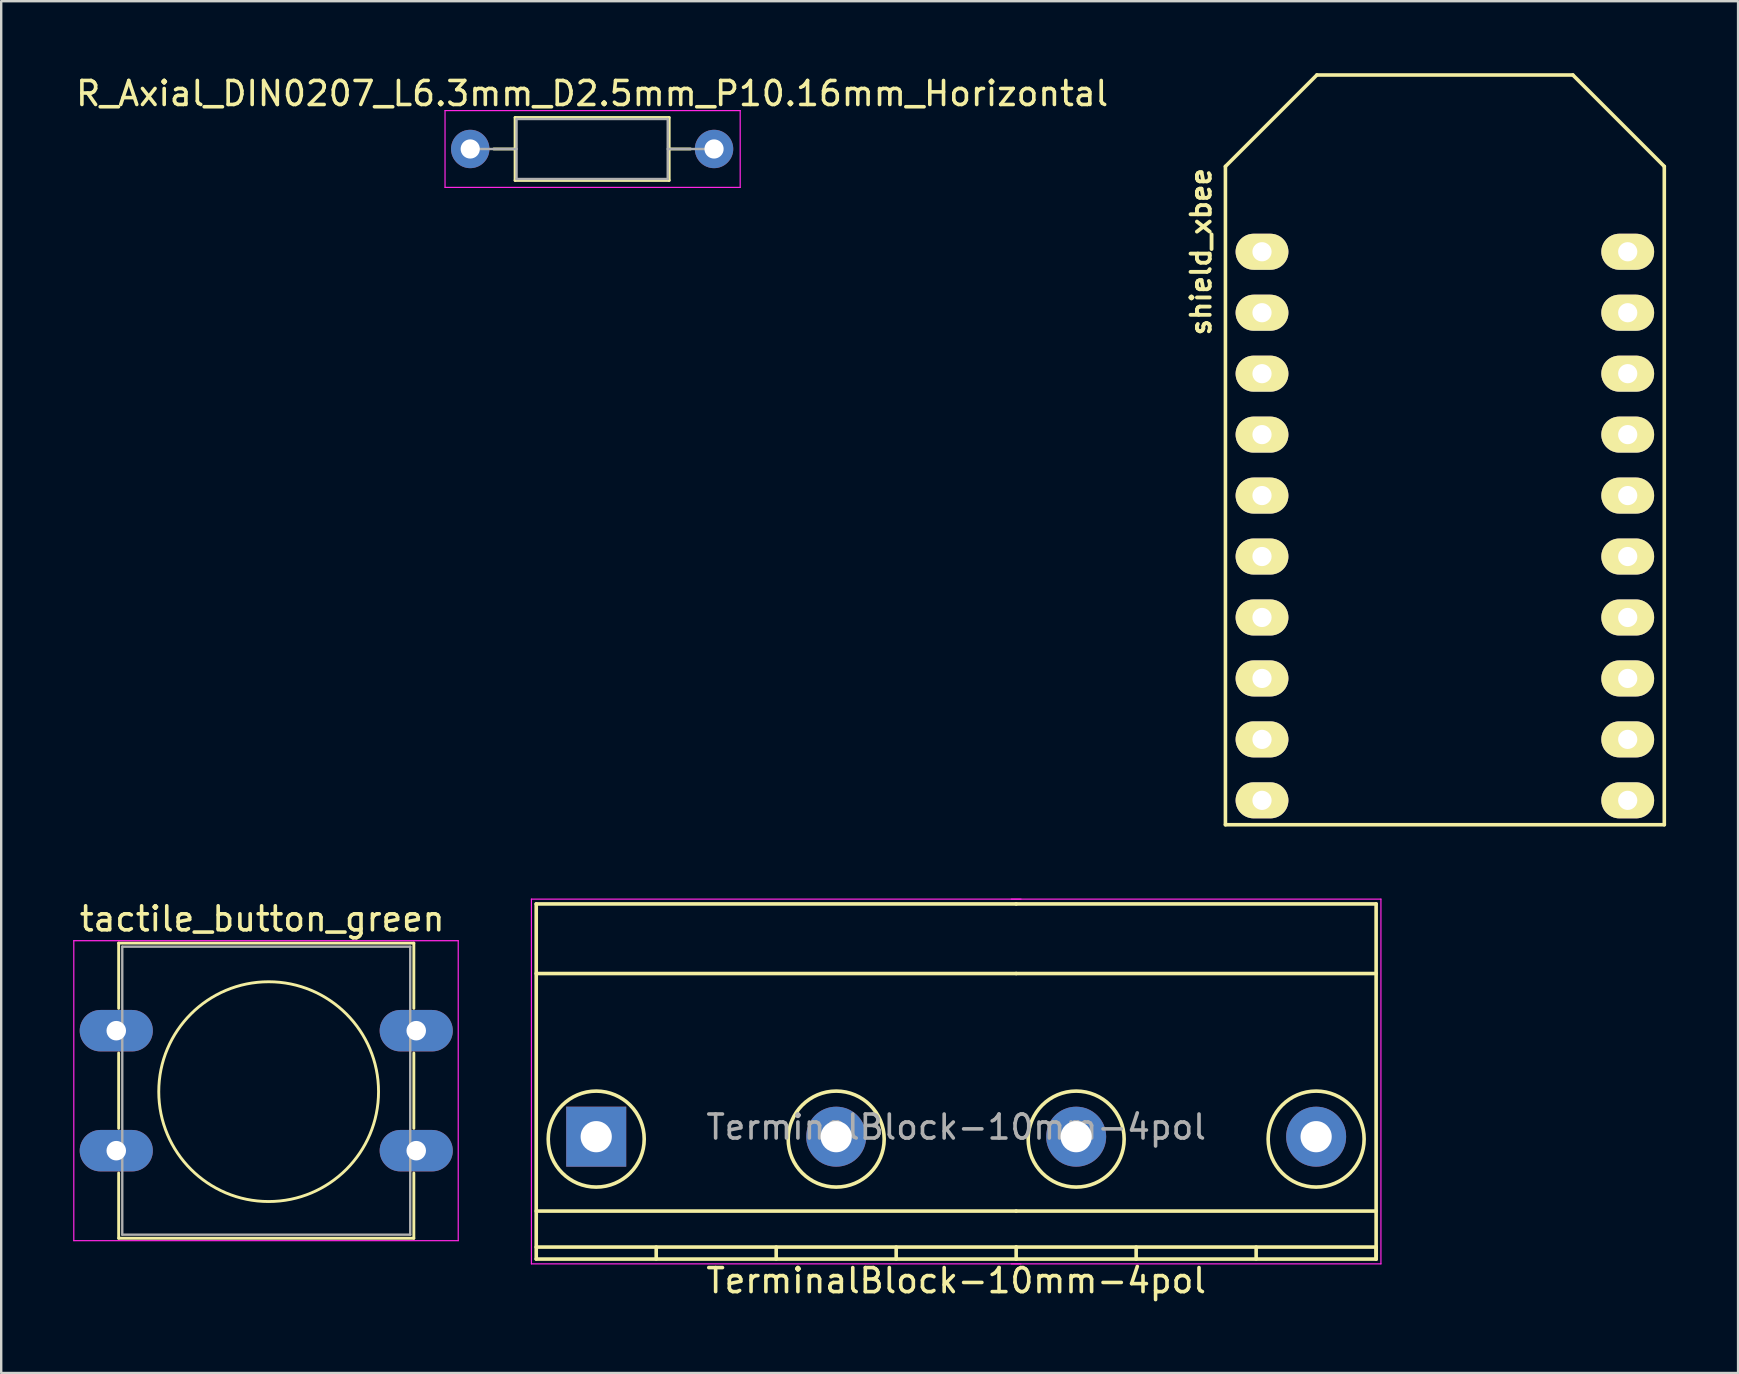
<source format=kicad_pcb>
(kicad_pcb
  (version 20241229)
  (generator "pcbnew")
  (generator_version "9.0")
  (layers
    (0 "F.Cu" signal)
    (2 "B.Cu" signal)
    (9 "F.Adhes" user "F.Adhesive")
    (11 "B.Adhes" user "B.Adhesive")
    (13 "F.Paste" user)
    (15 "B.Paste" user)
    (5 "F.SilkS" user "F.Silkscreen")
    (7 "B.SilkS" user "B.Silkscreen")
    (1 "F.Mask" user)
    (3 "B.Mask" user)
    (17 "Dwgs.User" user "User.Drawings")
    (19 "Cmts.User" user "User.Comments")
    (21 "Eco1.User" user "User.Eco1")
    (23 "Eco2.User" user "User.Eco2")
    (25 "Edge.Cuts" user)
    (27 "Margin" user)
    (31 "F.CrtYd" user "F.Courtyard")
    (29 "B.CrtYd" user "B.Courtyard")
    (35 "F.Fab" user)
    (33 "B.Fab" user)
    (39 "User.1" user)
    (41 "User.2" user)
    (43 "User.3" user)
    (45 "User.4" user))
  (footprint "R_Axial_DIN0207_L6.3mm_D2.5mm_P10.16mm_Horizontal"
    (layer "F.Cu")
    (at 16.545 3.158)
    (property "Reference" "R_Axial_DIN0207_L6.3mm_D2.5mm_P10.16mm_Horizontal" (at 5.08 -2.31 0) (layer "F.SilkS") (effects (font (size 1 1) (thickness 0.15))))
    (attr through_hole)
    (fp_line (start 0.98 0) (end 1.87 0) (stroke (width 0.12) (type solid)) (layer "F.SilkS"))
    (fp_line (start 1.87 -1.31) (end 1.87 1.31) (stroke (width 0.12) (type solid)) (layer "F.SilkS"))
    (fp_line (start 1.87 1.31) (end 8.29 1.31) (stroke (width 0.12) (type solid)) (layer "F.SilkS"))
    (fp_line (start 8.29 -1.31) (end 1.87 -1.31) (stroke (width 0.12) (type solid)) (layer "F.SilkS"))
    (fp_line (start 8.29 1.31) (end 8.29 -1.31) (stroke (width 0.12) (type solid)) (layer "F.SilkS"))
    (fp_line (start 9.18 0) (end 8.29 0) (stroke (width 0.12) (type solid)) (layer "F.SilkS"))
    (fp_line (start -1.05 -1.6) (end -1.05 1.6) (stroke (width 0.05) (type solid)) (layer "F.CrtYd"))
    (fp_line (start -1.05 1.6) (end 11.25 1.6) (stroke (width 0.05) (type solid)) (layer "F.CrtYd"))
    (fp_line (start 11.25 -1.6) (end -1.05 -1.6) (stroke (width 0.05) (type solid)) (layer "F.CrtYd"))
    (fp_line (start 11.25 1.6) (end 11.25 -1.6) (stroke (width 0.05) (type solid)) (layer "F.CrtYd"))
    (fp_line (start 0 0) (end 1.93 0) (stroke (width 0.1) (type solid)) (layer "F.Fab"))
    (fp_line (start 1.93 -1.25) (end 1.93 1.25) (stroke (width 0.1) (type solid)) (layer "F.Fab"))
    (fp_line (start 1.93 1.25) (end 8.23 1.25) (stroke (width 0.1) (type solid)) (layer "F.Fab"))
    (fp_line (start 8.23 -1.25) (end 1.93 -1.25) (stroke (width 0.1) (type solid)) (layer "F.Fab"))
    (fp_line (start 8.23 1.25) (end 8.23 -1.25) (stroke (width 0.1) (type solid)) (layer "F.Fab"))
    (fp_line (start 10.16 0) (end 8.23 0) (stroke (width 0.1) (type solid)) (layer "F.Fab"))
    (pad "1" thru_hole circle (at 0 0) (size 1.6 1.6) (drill 0.8) (layers "*.Cu" "*.Mask"))
    (pad "2" thru_hole oval (at 10.16 0) (size 1.6 1.6) (drill 0.8) (layers "*.Cu" "*.Mask")))
  (footprint "tactile_button_green"
    (layer "F.Cu")
    (at 1.795 39.9)
    (property "Reference" "tactile_button_green" (at 6.08 -4.66 0) (layer "F.SilkS") (effects (font (size 1 1) (thickness 0.15))))
    (attr through_hole)
    (fp_line (start 0.1 -3.65) (end 12.4 -3.65) (stroke (width 0.12) (type solid)) (layer "F.SilkS"))
    (fp_line (start 0.1 -0.93) (end 0.1 -3.65) (stroke (width 0.12) (type solid)) (layer "F.SilkS"))
    (fp_line (start 0.1 4.07) (end 0.1 0.93) (stroke (width 0.12) (type solid)) (layer "F.SilkS"))
    (fp_line (start 0.1 8.65) (end 0.1 5.93) (stroke (width 0.12) (type solid)) (layer "F.SilkS"))
    (fp_line (start 12.4 -3.65) (end 12.4 -0.93) (stroke (width 0.12) (type solid)) (layer "F.SilkS"))
    (fp_line (start 12.4 0.93) (end 12.4 4.07) (stroke (width 0.12) (type solid)) (layer "F.SilkS"))
    (fp_line (start 12.4 5.93) (end 12.4 8.65) (stroke (width 0.12) (type solid)) (layer "F.SilkS"))
    (fp_line (start 12.4 8.65) (end 0.1 8.65) (stroke (width 0.12) (type solid)) (layer "F.SilkS"))
    (fp_circle (center 6.35 2.54) (end 10.16 5.08) (stroke (width 0.12) (type solid)) (fill no) (layer "F.SilkS"))
    (fp_line (start -1.77 -3.75) (end -1.77 8.75) (stroke (width 0.05) (type solid)) (layer "F.CrtYd"))
    (fp_line (start -1.77 -3.75) (end 14.25 -3.75) (stroke (width 0.05) (type solid)) (layer "F.CrtYd"))
    (fp_line (start 14.25 8.75) (end -1.77 8.75) (stroke (width 0.05) (type solid)) (layer "F.CrtYd"))
    (fp_line (start 14.25 8.75) (end 14.25 -3.75) (stroke (width 0.05) (type solid)) (layer "F.CrtYd"))
    (fp_line (start 0.25 -3.5) (end 0.25 8.5) (stroke (width 0.1) (type solid)) (layer "F.Fab"))
    (fp_line (start 0.25 -3.5) (end 12.25 -3.5) (stroke (width 0.1) (type solid)) (layer "F.Fab"))
    (fp_line (start 0.25 8.5) (end 12.25 8.5) (stroke (width 0.1) (type solid)) (layer "F.Fab"))
    (fp_line (start 12.25 -3.5) (end 12.25 8.5) (stroke (width 0.1) (type solid)) (layer "F.Fab"))
    (pad "1" thru_hole oval (at 0 0) (size 3.048 1.727) (drill 0.813) (layers "*.Cu" "*.Mask"))
    (pad "1" thru_hole oval (at 12.5 0) (size 3.048 1.727) (drill 0.813) (layers "*.Cu" "*.Mask"))
    (pad "2" thru_hole oval (at 0 5) (size 3.048 1.727) (drill 0.813) (layers "*.Cu" "*.Mask"))
    (pad "2" thru_hole oval (at 12.5 5) (size 3.048 1.727) (drill 0.813) (layers "*.Cu" "*.Mask")))
  (footprint "TerminalBlock-10mm-4pol"
    (layer "F.Cu")
    (at 21.095 39.417)
    (property "Reference" "TerminalBlock-10mm-4pol" (at 15.7 10.9 0) (layer "F.SilkS") (effects (font (size 1 1) (thickness 0.15))))
    (attr through_hole)
    (fp_line (start -1.8 -4.8) (end -1.8 10) (stroke (width 0.15) (type solid)) (layer "F.SilkS"))
    (fp_line (start -1.8 -1.9) (end 18.2 -1.9) (stroke (width 0.15) (type solid)) (layer "F.SilkS"))
    (fp_line (start -1.8 8) (end 18.2 8) (stroke (width 0.15) (type solid)) (layer "F.SilkS"))
    (fp_line (start -1.8 9.5) (end 18.2 9.5) (stroke (width 0.15) (type solid)) (layer "F.SilkS"))
    (fp_line (start -1.8 10) (end 18.2 10) (stroke (width 0.15) (type solid)) (layer "F.SilkS"))
    (fp_line (start 3.2 9.5) (end 3.2 10) (stroke (width 0.15) (type solid)) (layer "F.SilkS"))
    (fp_line (start 8.2 9.5) (end 8.2 10) (stroke (width 0.15) (type solid)) (layer "F.SilkS"))
    (fp_line (start 13.2 9.5) (end 13.2 10) (stroke (width 0.15) (type solid)) (layer "F.SilkS"))
    (fp_line (start 18.2 -4.8) (end -1.8 -4.8) (stroke (width 0.15) (type solid)) (layer "F.SilkS"))
    (fp_line (start 18.2 -1.9) (end 33.2 -1.9) (stroke (width 0.15) (type solid)) (layer "F.SilkS"))
    (fp_line (start 18.2 8) (end 33.2 8) (stroke (width 0.15) (type solid)) (layer "F.SilkS"))
    (fp_line (start 18.2 9.5) (end 18.2 10) (stroke (width 0.15) (type solid)) (layer "F.SilkS"))
    (fp_line (start 18.2 9.5) (end 33.2 9.5) (stroke (width 0.15) (type solid)) (layer "F.SilkS"))
    (fp_line (start 18.2 10) (end 33.2 10) (stroke (width 0.15) (type solid)) (layer "F.SilkS"))
    (fp_line (start 23.2 9.5) (end 23.2 10) (stroke (width 0.15) (type solid)) (layer "F.SilkS"))
    (fp_line (start 28.2 9.5) (end 28.2 10) (stroke (width 0.15) (type solid)) (layer "F.SilkS"))
    (fp_line (start 33.2 -4.8) (end 18.2 -4.8) (stroke (width 0.15) (type solid)) (layer "F.SilkS"))
    (fp_line (start 33.2 9.5) (end 33.2 10) (stroke (width 0.15) (type solid)) (layer "F.SilkS"))
    (fp_line (start 33.2 10) (end 33.2 -4.8) (stroke (width 0.15) (type solid)) (layer "F.SilkS"))
    (fp_circle (center 0.7 5) (end 2.7 5) (stroke (width 0.15) (type solid)) (fill no) (layer "F.SilkS"))
    (fp_circle (center 10.7 5) (end 8.7 5) (stroke (width 0.15) (type solid)) (fill no) (layer "F.SilkS"))
    (fp_circle (center 20.7 5) (end 18.7 5) (stroke (width 0.15) (type solid)) (fill no) (layer "F.SilkS"))
    (fp_circle (center 30.7 5) (end 28.7 5) (stroke (width 0.15) (type solid)) (fill no) (layer "F.SilkS"))
    (fp_line (start -2 -5) (end 18.4 -5) (stroke (width 0.05) (type solid)) (layer "F.CrtYd"))
    (fp_line (start -2 10.2) (end -2 -5) (stroke (width 0.05) (type solid)) (layer "F.CrtYd"))
    (fp_line (start 18 -5) (end 33.4 -5) (stroke (width 0.05) (type solid)) (layer "F.CrtYd"))
    (fp_line (start 18.4 10.2) (end -2 10.2) (stroke (width 0.05) (type solid)) (layer "F.CrtYd"))
    (fp_line (start 33.4 -5) (end 33.4 10.2) (stroke (width 0.05) (type solid)) (layer "F.CrtYd"))
    (fp_line (start 33.4 10.2) (end 18 10.2) (stroke (width 0.05) (type solid)) (layer "F.CrtYd"))
    (fp_text user "${REFERENCE}" (at 15.7 4.5 0) (layer "F.Fab") (effects (font (size 1 1) (thickness 0.15))))
    (pad "1" thru_hole rect (at 0.7 4.9) (size 2.5 2.5) (drill 1.3) (layers "*.Cu" "*.Mask"))
    (pad "2" thru_hole circle (at 10.7 4.9) (size 2.5 2.5) (drill 1.3) (layers "*.Cu" "*.Mask"))
    (pad "3" thru_hole circle (at 20.7 4.9) (size 2.5 2.5) (drill 1.3) (layers "*.Cu" "*.Mask"))
    (pad "4" thru_hole circle (at 30.7 4.9) (size 2.5 2.5) (drill 1.3) (layers "*.Cu" "*.Mask")))
  (footprint "shield_xbee"
    (layer "F.Cu")
    (at 57.667 17.347)
    (property "Reference" "shield_xbee" (at -10.668 -9.906 270) (layer "F.SilkS") (effects (font (size 0.8 0.8) (thickness 0.16))))
    (attr through_hole)
    (fp_line (start -9.652 -13.462) (end -5.842 -17.272) (stroke (width 0.15) (type solid)) (layer "F.SilkS"))
    (fp_line (start -9.652 13.97) (end -9.652 -13.462) (stroke (width 0.15) (type solid)) (layer "F.SilkS"))
    (fp_line (start -9.652 13.97) (end 8.636 13.97) (stroke (width 0.15) (type solid)) (layer "F.SilkS"))
    (fp_line (start 4.826 -17.272) (end -5.842 -17.272) (stroke (width 0.15) (type solid)) (layer "F.SilkS"))
    (fp_line (start 8.636 -13.462) (end 4.826 -17.272) (stroke (width 0.15) (type solid)) (layer "F.SilkS"))
    (fp_line (start 8.636 -13.462) (end 8.636 13.97) (stroke (width 0.15) (type solid)) (layer "F.SilkS"))
    (pad "1" thru_hole oval (at -8.128 -9.906 270) (size 1.501 2.2) (drill 0.8) (layers "*.Cu" "*.Mask" "F.SilkS"))
    (pad "2" thru_hole oval (at -8.128 -7.366 270) (size 1.501 2.2) (drill 0.8) (layers "*.Cu" "*.Mask" "F.SilkS"))
    (pad "3" thru_hole oval (at -8.128 -4.826 270) (size 1.501 2.2) (drill 0.8) (layers "*.Cu" "*.Mask" "F.SilkS"))
    (pad "4" thru_hole oval (at -8.128 -2.286 270) (size 1.501 2.2) (drill 0.8) (layers "*.Cu" "*.Mask" "F.SilkS"))
    (pad "5" thru_hole oval (at -8.128 0.254 270) (size 1.501 2.2) (drill 0.8) (layers "*.Cu" "*.Mask" "F.SilkS"))
    (pad "6" thru_hole oval (at -8.128 2.794 270) (size 1.501 2.2) (drill 0.8) (layers "*.Cu" "*.Mask" "F.SilkS"))
    (pad "7" thru_hole oval (at -8.128 5.334 270) (size 1.501 2.2) (drill 0.8) (layers "*.Cu" "*.Mask" "F.SilkS"))
    (pad "8" thru_hole oval (at -8.128 7.874 270) (size 1.501 2.2) (drill 0.8) (layers "*.Cu" "*.Mask" "F.SilkS"))
    (pad "9" thru_hole oval (at -8.128 10.414 270) (size 1.501 2.2) (drill 0.8) (layers "*.Cu" "*.Mask" "F.SilkS"))
    (pad "10" thru_hole oval (at -8.128 12.954 270) (size 1.501 2.2) (drill 0.8) (layers "*.Cu" "*.Mask" "F.SilkS"))
    (pad "11" thru_hole oval (at 7.112 12.954 270) (size 1.501 2.2) (drill 0.8) (layers "*.Cu" "*.Mask" "F.SilkS"))
    (pad "12" thru_hole oval (at 7.112 10.414 270) (size 1.501 2.2) (drill 0.8) (layers "*.Cu" "*.Mask" "F.SilkS"))
    (pad "13" thru_hole oval (at 7.112 7.874 270) (size 1.501 2.2) (drill 0.8) (layers "*.Cu" "*.Mask" "F.SilkS"))
    (pad "14" thru_hole oval (at 7.112 5.334 270) (size 1.501 2.2) (drill 0.8) (layers "*.Cu" "*.Mask" "F.SilkS"))
    (pad "15" thru_hole oval (at 7.112 2.794 270) (size 1.501 2.2) (drill 0.8) (layers "*.Cu" "*.Mask" "F.SilkS"))
    (pad "16" thru_hole oval (at 7.112 0.254 270) (size 1.501 2.2) (drill 0.8) (layers "*.Cu" "*.Mask" "F.SilkS"))
    (pad "17" thru_hole oval (at 7.112 -2.286 270) (size 1.501 2.2) (drill 0.8) (layers "*.Cu" "*.Mask" "F.SilkS"))
    (pad "18" thru_hole oval (at 7.112 -4.826 270) (size 1.501 2.2) (drill 0.8) (layers "*.Cu" "*.Mask" "F.SilkS"))
    (pad "19" thru_hole oval (at 7.112 -7.366 270) (size 1.501 2.2) (drill 0.8) (layers "*.Cu" "*.Mask" "F.SilkS"))
    (pad "20" thru_hole oval (at 7.112 -9.906 270) (size 1.501 2.2) (drill 0.8) (layers "*.Cu" "*.Mask" "F.SilkS")))
  (gr_rect
    (start -3 -3)
    (end 69.378 54.165)
    (stroke (width 0.1) (type default))
    (fill no)
    (layer "Edge.Cuts")))
</source>
